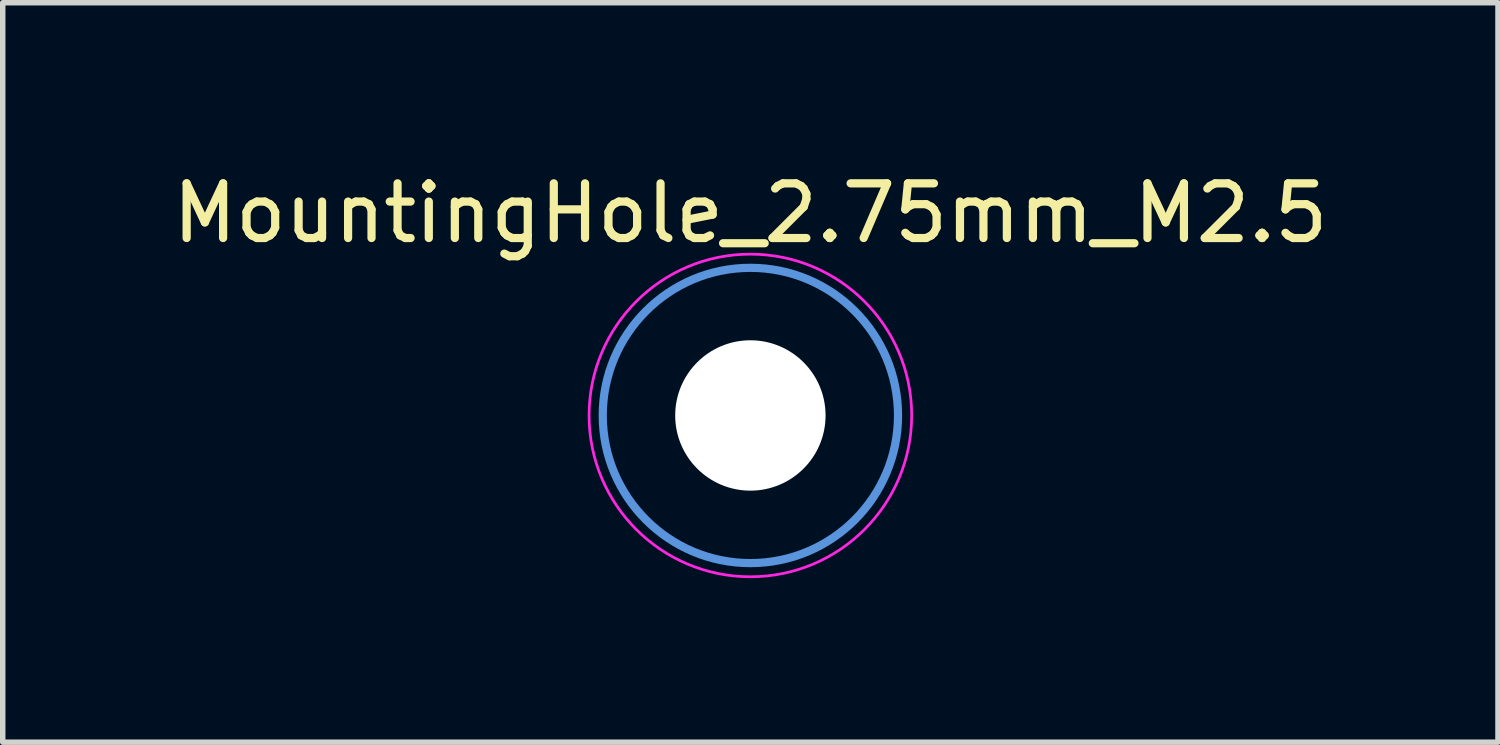
<source format=kicad_pcb>
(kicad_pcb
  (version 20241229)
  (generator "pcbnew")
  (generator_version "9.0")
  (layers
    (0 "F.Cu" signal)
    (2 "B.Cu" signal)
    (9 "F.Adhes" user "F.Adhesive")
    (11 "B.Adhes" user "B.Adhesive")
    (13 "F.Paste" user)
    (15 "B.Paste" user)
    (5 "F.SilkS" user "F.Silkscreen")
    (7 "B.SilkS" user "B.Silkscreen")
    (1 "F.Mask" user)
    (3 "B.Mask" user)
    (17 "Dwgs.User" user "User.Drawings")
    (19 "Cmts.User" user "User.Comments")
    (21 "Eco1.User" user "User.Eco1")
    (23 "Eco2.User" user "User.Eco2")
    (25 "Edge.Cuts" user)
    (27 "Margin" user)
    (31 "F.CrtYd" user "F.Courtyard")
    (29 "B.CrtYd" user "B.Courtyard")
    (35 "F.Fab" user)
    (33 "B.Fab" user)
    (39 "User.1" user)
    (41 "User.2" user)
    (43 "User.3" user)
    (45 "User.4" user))
  (footprint "MountingHole_2.75mm_M2.5"
    (layer "F.Cu")
    (at 10.673 4.548)
    (property "Reference" "MountingHole_2.75mm_M2.5" (at 0 -3.7 0) (layer "F.SilkS") (effects (font (size 1 1) (thickness 0.15))))
    (attr through_hole)
    (fp_circle (center 0 0) (end 2.7 0) (stroke (width 0.15) (type solid)) (fill no) (layer "Cmts.User"))
    (fp_circle (center 0 0) (end 2.95 0) (stroke (width 0.05) (type solid)) (fill no) (layer "F.CrtYd"))
    (pad "" np_thru_hole circle (at 0 0) (size 2.75 2.75) (drill 2.75) (layers "*.Cu" "*.Mask")))
  (gr_rect
    (start -3 -3)
    (end 24.345 10.523)
    (stroke (width 0.1) (type default))
    (fill no)
    (layer "Edge.Cuts")))
</source>
